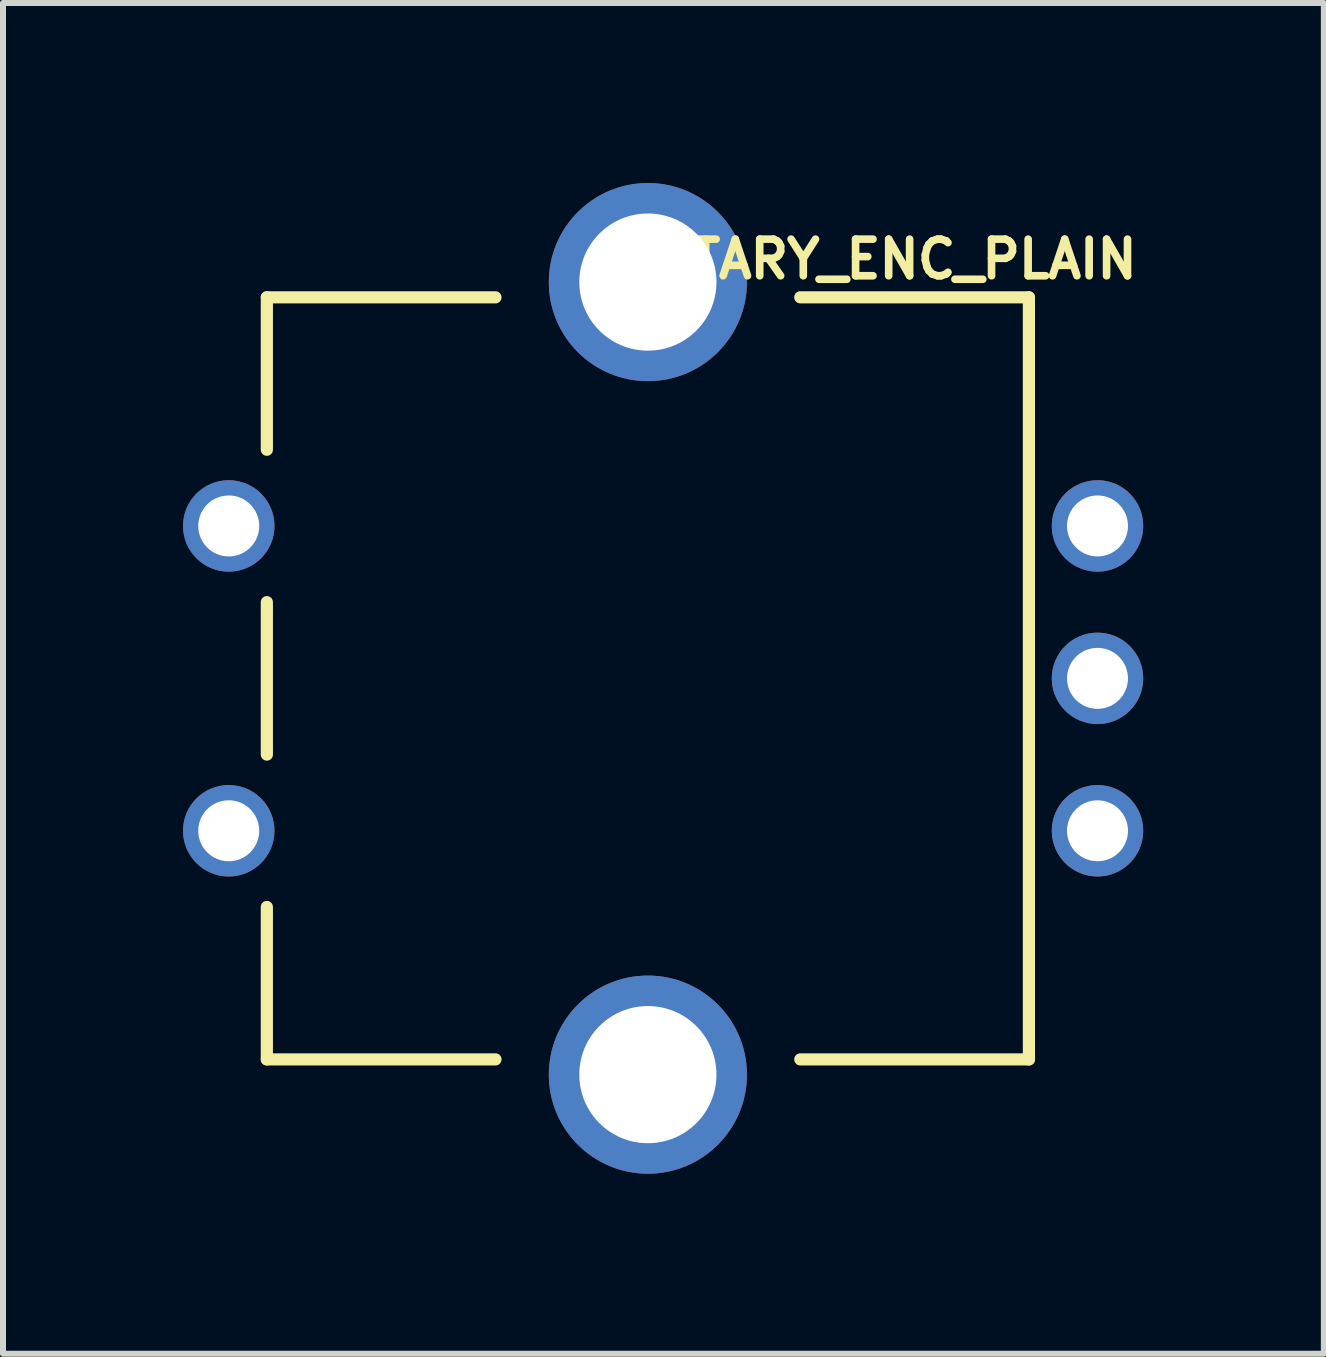
<source format=kicad_pcb>
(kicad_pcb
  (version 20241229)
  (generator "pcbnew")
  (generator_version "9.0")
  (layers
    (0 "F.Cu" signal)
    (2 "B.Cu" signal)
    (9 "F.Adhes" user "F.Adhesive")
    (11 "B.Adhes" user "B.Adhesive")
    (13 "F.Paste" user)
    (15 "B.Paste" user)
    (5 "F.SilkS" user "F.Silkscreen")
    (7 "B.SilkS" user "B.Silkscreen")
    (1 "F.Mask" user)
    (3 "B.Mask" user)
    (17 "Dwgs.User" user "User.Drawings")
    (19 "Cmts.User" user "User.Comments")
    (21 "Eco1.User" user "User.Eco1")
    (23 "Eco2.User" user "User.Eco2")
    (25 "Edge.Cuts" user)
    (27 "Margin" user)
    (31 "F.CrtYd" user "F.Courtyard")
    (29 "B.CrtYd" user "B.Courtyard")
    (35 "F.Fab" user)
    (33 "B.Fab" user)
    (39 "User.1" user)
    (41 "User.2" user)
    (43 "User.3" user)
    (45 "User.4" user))
  (footprint "ROTARY_ENC_PLAIN"
    (layer "F.Cu")
    (at 7.747 8.255)
    (property "Reference" "ROTARY_ENC_PLAIN" (at 3.81 -6.985 0) (layer "F.SilkS") (effects (font (size 0.61 0.61) (thickness 0.127))))
    (attr exclude_from_pos_files exclude_from_bom)
    (fp_line (start -6.35 -6.35) (end -6.35 -3.81) (stroke (width 0.203) (type solid)) (layer "F.SilkS"))
    (fp_line (start -6.35 -6.35) (end -2.54 -6.35) (stroke (width 0.203) (type solid)) (layer "F.SilkS"))
    (fp_line (start -6.35 -1.27) (end -6.35 1.27) (stroke (width 0.203) (type solid)) (layer "F.SilkS"))
    (fp_line (start -6.35 6.35) (end -6.35 3.81) (stroke (width 0.203) (type solid)) (layer "F.SilkS"))
    (fp_line (start -2.54 6.35) (end -6.35 6.35) (stroke (width 0.203) (type solid)) (layer "F.SilkS"))
    (fp_line (start 2.54 -6.35) (end 6.35 -6.35) (stroke (width 0.203) (type solid)) (layer "F.SilkS"))
    (fp_line (start 6.35 -6.35) (end 6.35 6.35) (stroke (width 0.203) (type solid)) (layer "F.SilkS"))
    (fp_line (start 6.35 6.35) (end 2.54 6.35) (stroke (width 0.203) (type solid)) (layer "F.SilkS"))
    (pad "A" thru_hole circle (at 7.493 2.54) (size 1.524 1.524) (drill 1.016) (layers "*.Cu" "*.Mask"))
    (pad "B" thru_hole circle (at 7.493 -2.54) (size 1.524 1.524) (drill 1.016) (layers "*.Cu" "*.Mask"))
    (pad "C" thru_hole circle (at 7.493 0) (size 1.524 1.524) (drill 1.016) (layers "*.Cu" "*.Mask"))
    (pad "P$3" thru_hole circle (at 0 -6.604) (size 3.302 3.302) (drill 2.286) (layers "*.Cu" "*.Mask"))
    (pad "P$4" thru_hole circle (at 0 6.604) (size 3.302 3.302) (drill 2.286) (layers "*.Cu" "*.Mask"))
    (pad "SW+" thru_hole circle (at -6.985 -2.54) (size 1.524 1.524) (drill 1.016) (layers "*.Cu" "*.Mask"))
    (pad "SW-" thru_hole circle (at -6.985 2.54) (size 1.524 1.524) (drill 1.016) (layers "*.Cu" "*.Mask")))
  (gr_rect
    (start -3 -3)
    (end 19.012 19.51)
    (stroke (width 0.1) (type default))
    (fill no)
    (layer "Edge.Cuts")))
</source>
